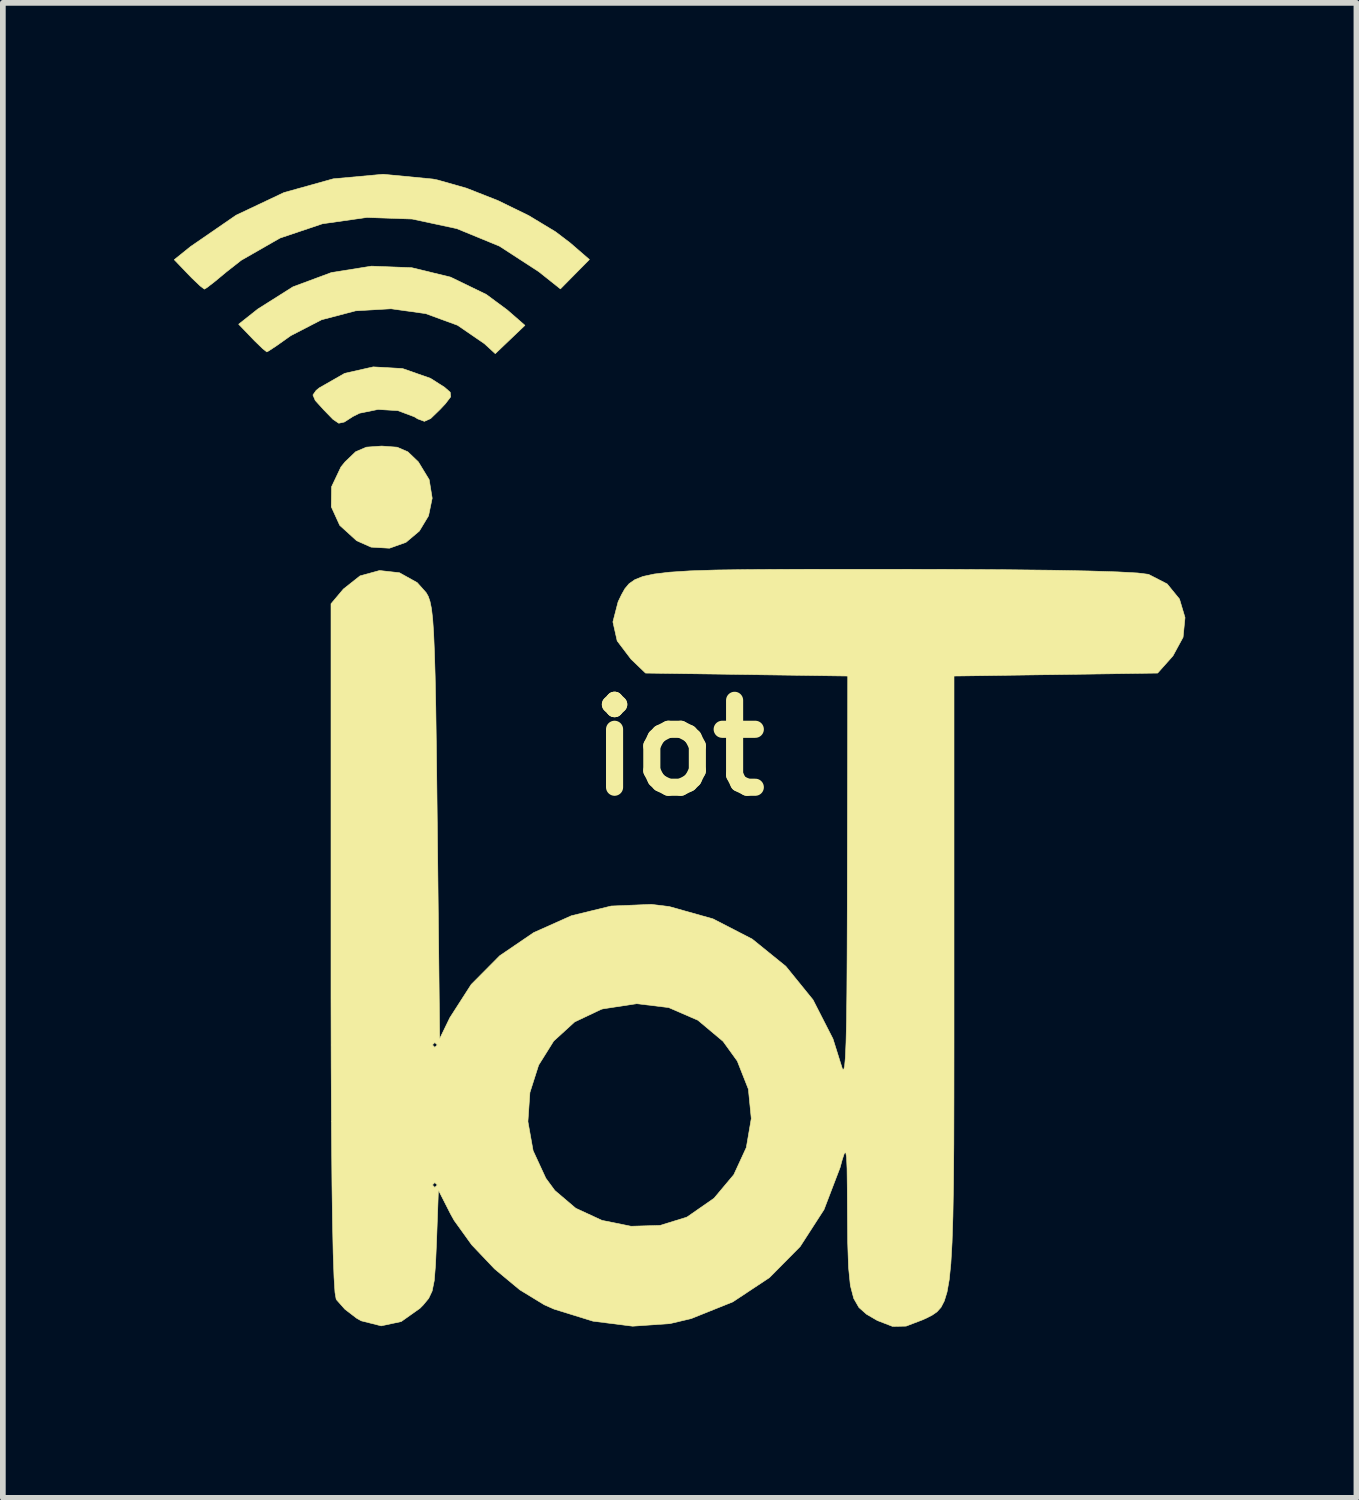
<source format=kicad_pcb>
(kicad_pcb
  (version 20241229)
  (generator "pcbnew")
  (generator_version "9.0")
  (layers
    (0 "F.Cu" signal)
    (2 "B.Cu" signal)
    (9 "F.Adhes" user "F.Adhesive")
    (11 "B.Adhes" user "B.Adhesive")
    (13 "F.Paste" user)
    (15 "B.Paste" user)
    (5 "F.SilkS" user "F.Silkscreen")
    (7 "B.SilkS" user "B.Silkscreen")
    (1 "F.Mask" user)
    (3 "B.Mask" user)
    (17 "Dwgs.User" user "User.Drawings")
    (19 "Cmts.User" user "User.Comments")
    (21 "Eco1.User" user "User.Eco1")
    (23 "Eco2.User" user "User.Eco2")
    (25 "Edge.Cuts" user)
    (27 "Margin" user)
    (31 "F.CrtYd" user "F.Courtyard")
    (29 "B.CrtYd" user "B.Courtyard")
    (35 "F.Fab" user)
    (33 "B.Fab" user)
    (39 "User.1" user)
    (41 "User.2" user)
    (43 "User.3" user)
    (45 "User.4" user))
  (footprint "iot"
    (layer "F.Cu")
    (at 8.849 10.062)
    (property "Reference" "iot" (at 0 0 0) (layer "F.SilkS") (effects (font (size 1.524 1.524) (thickness 0.3))))
    (attr through_hole)
    (fp_poly (pts (xy -4.936 -5.272) (xy -4.749 -5.191) (xy -4.565 -5.015) (xy -4.375 -4.703) (xy -4.322 -4.378) (xy -4.386 -4.069) (xy -4.547 -3.802) (xy -4.782 -3.604) (xy -5.071 -3.501) (xy -5.393 -3.52) (xy -5.646 -3.632) (xy -5.943 -3.902) (xy -6.091 -4.227) (xy -6.086 -4.579) (xy -5.922 -4.925) (xy -5.849 -5.015) (xy -5.663 -5.193) (xy -5.475 -5.273) (xy -5.207 -5.292) (xy -4.936 -5.272)) (stroke (width 0.01) (type solid)) (fill yes) (layer "F.SilkS"))
    (fp_poly (pts (xy -4.842 -6.651) (xy -4.353 -6.48) (xy -4.106 -6.323) (xy -4.006 -6.235) (xy -3.998 -6.155) (xy -4.092 -6.032) (xy -4.185 -5.933) (xy -4.349 -5.774) (xy -4.459 -5.725) (xy -4.577 -5.769) (xy -4.635 -5.805) (xy -4.923 -5.913) (xy -5.271 -5.934) (xy -5.596 -5.868) (xy -5.712 -5.81) (xy -5.863 -5.713) (xy -5.96 -5.692) (xy -6.062 -5.761) (xy -6.223 -5.927) (xy -6.372 -6.091) (xy -6.413 -6.187) (xy -6.357 -6.267) (xy -6.302 -6.312) (xy -5.856 -6.567) (xy -5.356 -6.68) (xy -4.842 -6.651)) (stroke (width 0.01) (type solid)) (fill yes) (layer "F.SilkS"))
    (fp_poly (pts (xy -4.681 -8.419) (xy -4.001 -8.254) (xy -3.374 -7.95) (xy -3.006 -7.678) (xy -2.696 -7.408) (xy -2.956 -7.16) (xy -3.216 -6.912) (xy -3.407 -7.087) (xy -3.878 -7.41) (xy -4.436 -7.614) (xy -5.043 -7.699) (xy -5.664 -7.663) (xy -6.262 -7.506) (xy -6.802 -7.227) (xy -6.851 -7.192) (xy -7.053 -7.049) (xy -7.19 -6.959) (xy -7.222 -6.943) (xy -7.292 -6.998) (xy -7.433 -7.134) (xy -7.482 -7.185) (xy -7.715 -7.428) (xy -7.378 -7.695) (xy -6.762 -8.084) (xy -6.089 -8.334) (xy -5.386 -8.446) (xy -4.681 -8.419)) (stroke (width 0.01) (type solid)) (fill yes) (layer "F.SilkS"))
    (fp_poly (pts (xy -4.309 -9.973) (xy -4.233 -9.958) (xy -3.724 -9.814) (xy -3.17 -9.596) (xy -2.629 -9.332) (xy -2.159 -9.048) (xy -1.905 -8.855) (xy -1.566 -8.562) (xy -1.82 -8.305) (xy -2.074 -8.047) (xy -2.455 -8.35) (xy -3.143 -8.797) (xy -3.89 -9.104) (xy -4.672 -9.272) (xy -5.466 -9.3) (xy -6.246 -9.189) (xy -6.989 -8.939) (xy -7.67 -8.549) (xy -7.93 -8.345) (xy -8.13 -8.179) (xy -8.272 -8.069) (xy -8.316 -8.043) (xy -8.39 -8.099) (xy -8.535 -8.237) (xy -8.597 -8.301) (xy -8.844 -8.559) (xy -8.56 -8.788) (xy -7.76 -9.339) (xy -6.921 -9.736) (xy -6.057 -9.977) (xy -5.182 -10.057) (xy -4.309 -9.973)) (stroke (width 0.01) (type solid)) (fill yes) (layer "F.SilkS"))
    (fp_poly (pts (xy 3.733 -3.132) (xy 3.738 -3.132) (xy 4.806 -3.13) (xy 5.741 -3.124) (xy 6.539 -3.115) (xy 7.193 -3.102) (xy 7.697 -3.086) (xy 8.045 -3.067) (xy 8.23 -3.044) (xy 8.238 -3.042) (xy 8.563 -2.875) (xy 8.779 -2.61) (xy 8.876 -2.285) (xy 8.842 -1.94) (xy 8.666 -1.616) (xy 8.643 -1.589) (xy 8.396 -1.312) (xy 4.826 -1.26) (xy 4.826 4.035) (xy 4.826 5.158) (xy 4.825 6.125) (xy 4.823 6.947) (xy 4.817 7.637) (xy 4.807 8.208) (xy 4.792 8.67) (xy 4.771 9.038) (xy 4.742 9.324) (xy 4.704 9.539) (xy 4.656 9.696) (xy 4.598 9.808) (xy 4.527 9.887) (xy 4.443 9.945) (xy 4.345 9.995) (xy 4.277 10.026) (xy 3.986 10.137) (xy 3.749 10.142) (xy 3.488 10.041) (xy 3.472 10.033) (xy 3.292 9.928) (xy 3.159 9.81) (xy 3.068 9.651) (xy 3.009 9.425) (xy 2.977 9.104) (xy 2.962 8.662) (xy 2.958 8.215) (xy 2.955 7.72) (xy 2.951 7.378) (xy 2.942 7.173) (xy 2.927 7.088) (xy 2.903 7.109) (xy 2.867 7.218) (xy 2.829 7.357) (xy 2.547 8.094) (xy 2.129 8.742) (xy 1.59 9.287) (xy 0.948 9.712) (xy 0.218 10.005) (xy -0.155 10.093) (xy -0.808 10.138) (xy -1.503 10.05) (xy -2.187 9.838) (xy -2.357 9.763) (xy -2.786 9.501) (xy -3.228 9.134) (xy -3.629 8.712) (xy -3.937 8.284) (xy -4.001 8.169) (xy -4.213 7.752) (xy -4.246 8.66) (xy -4.264 9.065) (xy -4.286 9.339) (xy -4.323 9.522) (xy -4.384 9.651) (xy -4.479 9.766) (xy -4.536 9.824) (xy -4.865 10.057) (xy -5.216 10.132) (xy -5.566 10.044) (xy -5.646 9.999) (xy -5.852 9.841) (xy -5.996 9.679) (xy -6.006 9.662) (xy -6.026 9.547) (xy -6.043 9.28) (xy -6.058 8.858) (xy -6.07 8.28) (xy -6.079 7.662) (xy -4.318 7.662) (xy -4.276 7.705) (xy -4.233 7.662) (xy -4.276 7.62) (xy -4.318 7.662) (xy -6.079 7.662) (xy -6.08 7.543) (xy -6.088 6.645) (xy -6.088 6.551) (xy -2.644 6.551) (xy -2.553 7.061) (xy -2.33 7.544) (xy -2.172 7.759) (xy -1.806 8.07) (xy -1.345 8.283) (xy -0.836 8.386) (xy -0.327 8.371) (xy 0.134 8.229) (xy 0.152 8.22) (xy 0.619 7.895) (xy 0.966 7.481) (xy 1.185 7.006) (xy 1.272 6.497) (xy 1.221 5.982) (xy 1.027 5.49) (xy 0.778 5.145) (xy 0.336 4.774) (xy -0.176 4.552) (xy -0.738 4.484) (xy -1.331 4.575) (xy -1.361 4.584) (xy -1.825 4.804) (xy -2.192 5.139) (xy -2.456 5.561) (xy -2.609 6.041) (xy -2.644 6.551) (xy -6.088 6.551) (xy -6.093 5.584) (xy -6.094 5.207) (xy -4.318 5.207) (xy -4.276 5.249) (xy -4.233 5.207) (xy -4.276 5.165) (xy -4.318 5.207) (xy -6.094 5.207) (xy -6.096 4.357) (xy -6.096 3.483) (xy -6.096 -2.527) (xy -5.879 -2.785) (xy -5.587 -3.016) (xy -5.245 -3.11) (xy -4.896 -3.071) (xy -4.585 -2.898) (xy -4.428 -2.722) (xy -4.391 -2.657) (xy -4.361 -2.57) (xy -4.335 -2.444) (xy -4.314 -2.265) (xy -4.297 -2.017) (xy -4.283 -1.685) (xy -4.27 -1.253) (xy -4.259 -0.706) (xy -4.249 -0.029) (xy -4.239 0.794) (xy -4.233 1.3) (xy -4.191 5.098) (xy -4.012 4.729) (xy -3.638 4.147) (xy -3.139 3.644) (xy -2.543 3.238) (xy -1.881 2.942) (xy -1.184 2.772) (xy -0.48 2.743) (xy -0.167 2.781) (xy 0.601 2.997) (xy 1.288 3.351) (xy 1.878 3.829) (xy 2.355 4.417) (xy 2.704 5.1) (xy 2.844 5.546) (xy 2.87 5.628) (xy 2.891 5.643) (xy 2.908 5.578) (xy 2.922 5.422) (xy 2.933 5.162) (xy 2.942 4.786) (xy 2.948 4.284) (xy 2.952 3.642) (xy 2.955 2.849) (xy 2.956 2.354) (xy 2.963 -1.26) (xy -0.582 -1.312) (xy -0.837 -1.557) (xy -1.079 -1.876) (xy -1.154 -2.209) (xy -1.063 -2.561) (xy -1.003 -2.686) (xy -0.944 -2.791) (xy -0.871 -2.878) (xy -0.77 -2.949) (xy -0.627 -3.006) (xy -0.427 -3.049) (xy -0.157 -3.081) (xy 0.198 -3.104) (xy 0.651 -3.119) (xy 1.217 -3.127) (xy 1.91 -3.131) (xy 2.744 -3.132) (xy 3.733 -3.132)) (stroke (width 0.01) (type solid)) (fill yes) (layer "F.SilkS")))
  (gr_rect
    (start -3 -3)
    (end 20.73 23.209)
    (stroke (width 0.1) (type default))
    (fill no)
    (layer "Edge.Cuts")))
</source>
